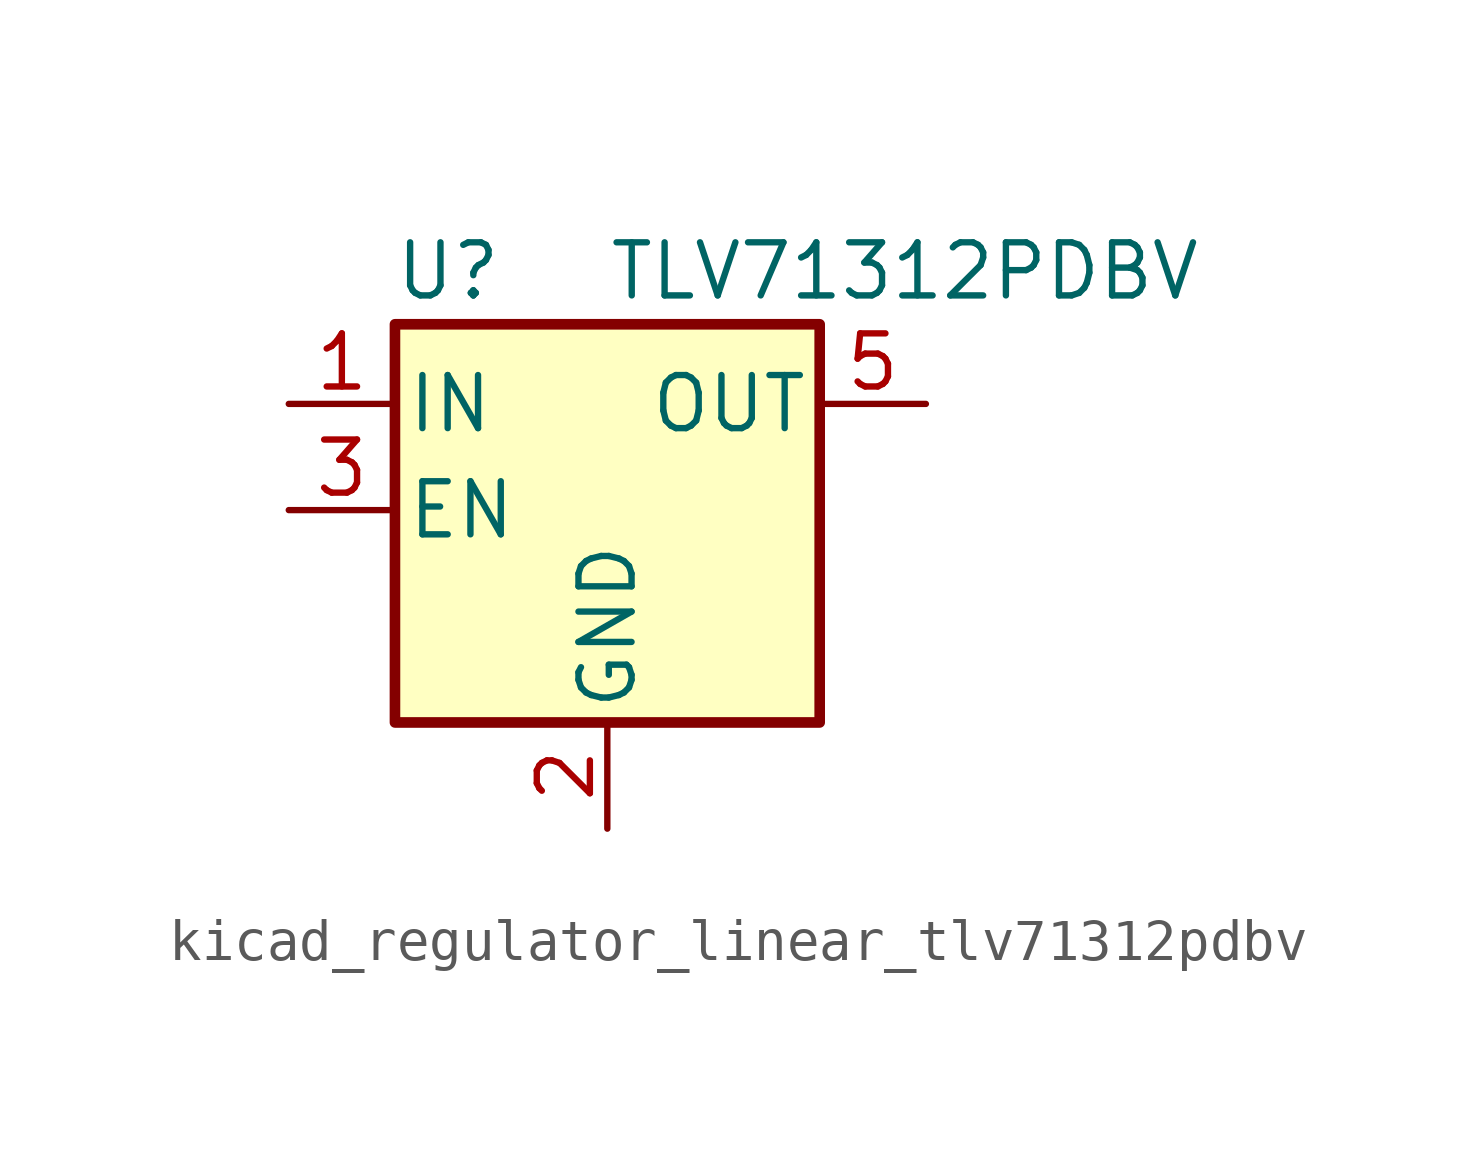
<source format=kicad_sym>
(kicad_symbol_lib
  (version 20220914)
  (generator kicad_symbol_editor)
  (symbol "kicad_regulator_linear_tlv71312pdbv"
    (pin_names
      (offset 0.254))
    (property "Reference" "U"
      (at -3.81 5.715 0)
      (effects (font (size 1.27 1.27))))
    (property "Value" "TLV71312PDBV"
      (at 0 5.715 0)
      (effects (font (size 1.27 1.27)) (justify left)))
    (symbol "kicad_regulator_linear_tlv71312pdbv_0_1"
      (rectangle (start -5.08 4.445) (end 5.08 -5.08) (stroke (width 0.254) (type default)) (fill (type background))))
    (symbol "kicad_regulator_linear_tlv71312pdbv_1_1"
      (pin power_in line (at -7.62 2.54 0) (length 2.54) (name "IN" (effects (font (size 1.27 1.27)))) (number "1" (effects (font (size 1.27 1.27)))))
      (pin power_in line (at 0 -7.62 90) (length 2.54) (name "GND" (effects (font (size 1.27 1.27)))) (number "2" (effects (font (size 1.27 1.27)))))
      (pin input line (at -7.62 0 0) (length 2.54) (name "EN" (effects (font (size 1.27 1.27)))) (number "3" (effects (font (size 1.27 1.27)))))
      (pin no_connect line (at 5.08 0 180) (length 2.54) hide (name "NC" (effects (font (size 1.27 1.27)))) (number "4" (effects (font (size 1.27 1.27)))))
      (pin power_out line (at 7.62 2.54 180) (length 2.54) (name "OUT" (effects (font (size 1.27 1.27)))) (number "5" (effects (font (size 1.27 1.27))))))))
</source>
